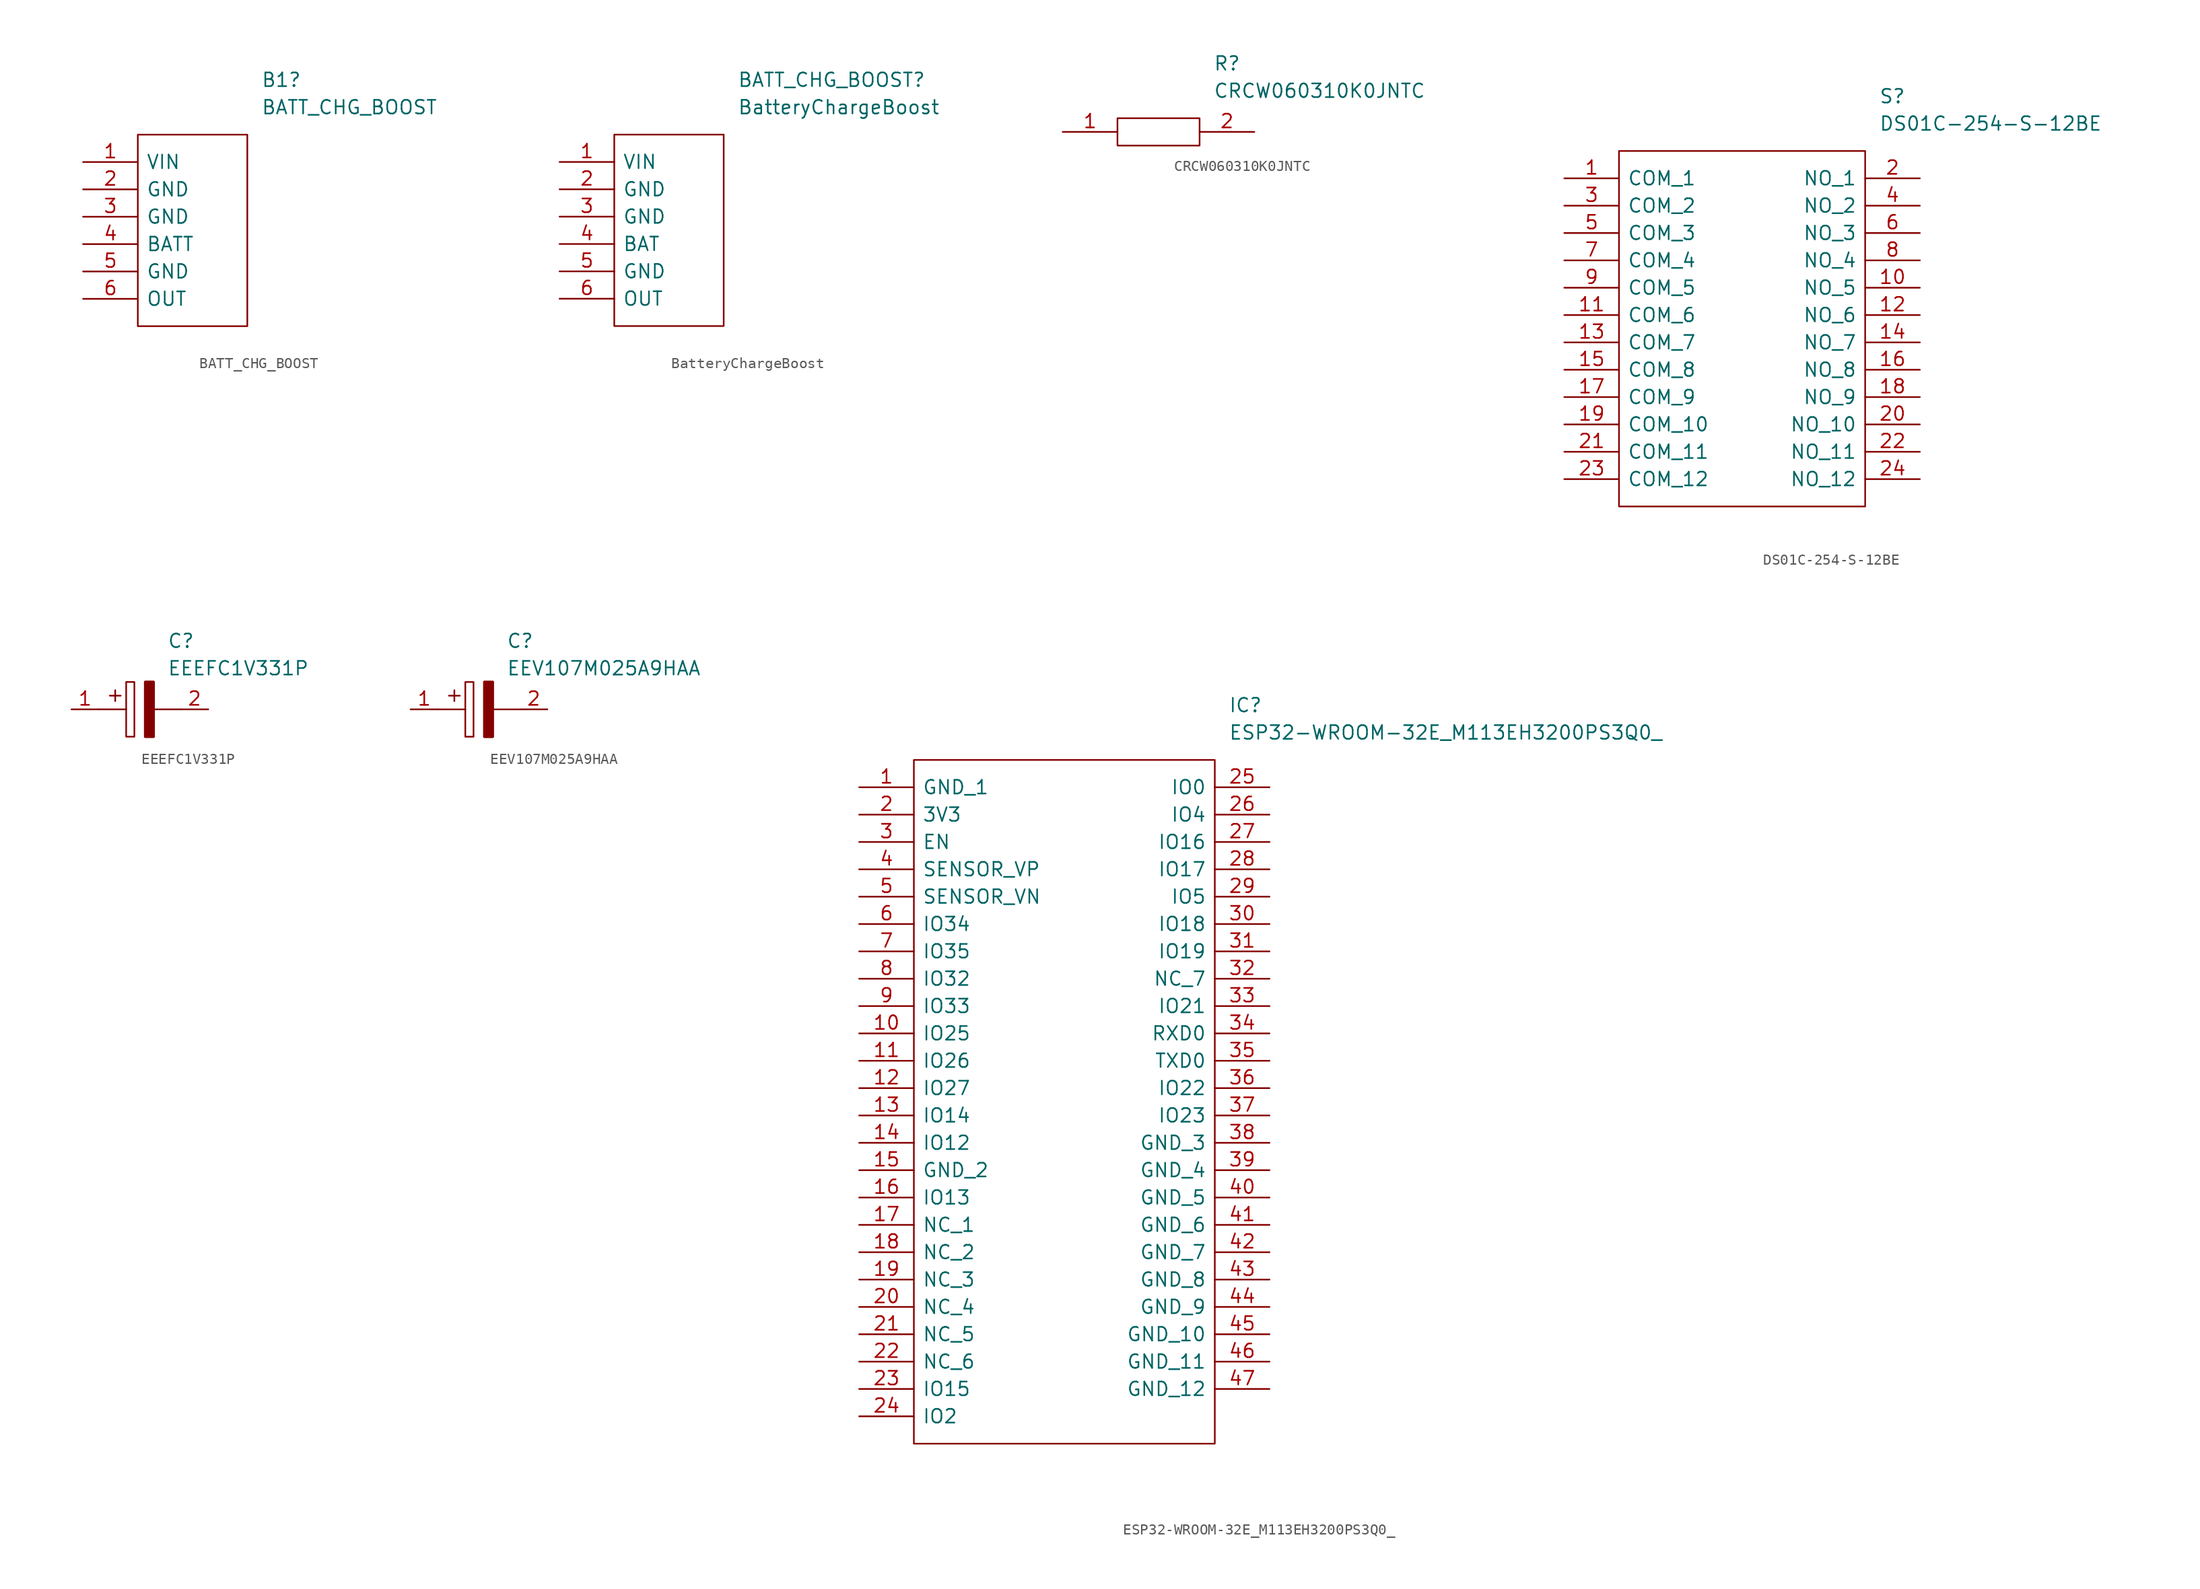
<source format=kicad_sym>
(kicad_symbol_lib
  (version 20211014)
  (generator kicad_symbol_editor)
  (symbol "BATT_CHG_BOOST"
    (pin_names
      (offset 0.762))
    (property "Reference" "B1"
      (at 16.51 7.62 0)
      (effects (font (size 1.27 1.27)) (justify left)))
    (property "Value" "BATT_CHG_BOOST"
      (at 16.51 5.08 0)
      (effects (font (size 1.27 1.27)) (justify left)))
    (symbol "BATT_CHG_BOOST_0_0"
      (pin passive line (at 0 0 0) (length 5.08) (name "VIN" (effects (font (size 1.27 1.27)))) (number "1" (effects (font (size 1.27 1.27)))))
      (pin passive line (at 0 -2.54 0) (length 5.08) (name "GND" (effects (font (size 1.27 1.27)))) (number "2" (effects (font (size 1.27 1.27)))))
      (pin passive line (at 0 -5.08 0) (length 5.08) (name "GND" (effects (font (size 1.27 1.27)))) (number "3" (effects (font (size 1.27 1.27)))))
      (pin passive line (at 0 -7.62 0) (length 5.08) (name "BATT" (effects (font (size 1.27 1.27)))) (number "4" (effects (font (size 1.27 1.27)))))
      (pin passive line (at 0 -10.16 0) (length 5.08) (name "GND" (effects (font (size 1.27 1.27)))) (number "5" (effects (font (size 1.27 1.27)))))
      (pin passive line (at 0 -12.7 0) (length 5.08) (name "OUT" (effects (font (size 1.27 1.27)))) (number "6" (effects (font (size 1.27 1.27))))))
    (symbol "BATT_CHG_BOOST_0_1"
      (polyline (pts (xy 5.08 2.54) (xy 15.24 2.54) (xy 15.24 -15.24) (xy 5.08 -15.24) (xy 5.08 2.54)) (stroke (width 0.152) (type default) (color 0 0 0 0)) (fill (type none)))))
  (symbol "BatteryChargeBoost"
    (pin_names
      (offset 0.762))
    (property "Reference" "BATT_CHG_BOOST"
      (at 16.51 7.62 0)
      (effects (font (size 1.27 1.27)) (justify left)))
    (property "Value" "BatteryChargeBoost"
      (at 16.51 5.08 0)
      (effects (font (size 1.27 1.27)) (justify left)))
    (symbol "BatteryChargeBoost_0_0"
      (pin passive line (at 0 0 0) (length 5.08) (name "VIN" (effects (font (size 1.27 1.27)))) (number "1" (effects (font (size 1.27 1.27)))))
      (pin passive line (at 0 -2.54 0) (length 5.08) (name "GND" (effects (font (size 1.27 1.27)))) (number "2" (effects (font (size 1.27 1.27)))))
      (pin passive line (at 0 -5.08 0) (length 5.08) (name "GND" (effects (font (size 1.27 1.27)))) (number "3" (effects (font (size 1.27 1.27)))))
      (pin passive line (at 0 -7.62 0) (length 5.08) (name "BAT" (effects (font (size 1.27 1.27)))) (number "4" (effects (font (size 1.27 1.27)))))
      (pin passive line (at 0 -10.16 0) (length 5.08) (name "GND" (effects (font (size 1.27 1.27)))) (number "5" (effects (font (size 1.27 1.27)))))
      (pin passive line (at 0 -12.7 0) (length 5.08) (name "OUT" (effects (font (size 1.27 1.27)))) (number "6" (effects (font (size 1.27 1.27))))))
    (symbol "BatteryChargeBoost_0_1"
      (polyline (pts (xy 5.08 2.54) (xy 15.24 2.54) (xy 15.24 -15.24) (xy 5.08 -15.24) (xy 5.08 2.54)) (stroke (width 0.152) (type default) (color 0 0 0 0)) (fill (type none)))))
  (symbol "CRCW060310K0JNTC"
    (pin_names
      (offset 0.762))
    (property "Reference" "R"
      (at 13.97 6.35 0)
      (effects (font (size 1.27 1.27)) (justify left)))
    (property "Value" "CRCW060310K0JNTC"
      (at 13.97 3.81 0)
      (effects (font (size 1.27 1.27)) (justify left)))
    (symbol "CRCW060310K0JNTC_0_0"
      (pin passive line (at 0 0 0) (length 5.08) (name "~" (effects (font (size 1.27 1.27)))) (number "1" (effects (font (size 1.27 1.27)))))
      (pin passive line (at 17.78 0 180) (length 5.08) (name "~" (effects (font (size 1.27 1.27)))) (number "2" (effects (font (size 1.27 1.27))))))
    (symbol "CRCW060310K0JNTC_0_1"
      (polyline (pts (xy 5.08 1.27) (xy 12.7 1.27) (xy 12.7 -1.27) (xy 5.08 -1.27) (xy 5.08 1.27)) (stroke (width 0.152) (type default) (color 0 0 0 0)) (fill (type none)))))
  (symbol "DS01C-254-S-12BE"
    (pin_names
      (offset 0.762))
    (property "Reference" "S"
      (at 29.21 7.62 0)
      (effects (font (size 1.27 1.27)) (justify left)))
    (property "Value" "DS01C-254-S-12BE"
      (at 29.21 5.08 0)
      (effects (font (size 1.27 1.27)) (justify left)))
    (symbol "DS01C-254-S-12BE_0_0"
      (pin passive line (at 0 0 0) (length 5.08) (name "COM_1" (effects (font (size 1.27 1.27)))) (number "1" (effects (font (size 1.27 1.27)))))
      (pin passive line (at 33.02 -10.16 180) (length 5.08) (name "NO_5" (effects (font (size 1.27 1.27)))) (number "10" (effects (font (size 1.27 1.27)))))
      (pin passive line (at 0 -12.7 0) (length 5.08) (name "COM_6" (effects (font (size 1.27 1.27)))) (number "11" (effects (font (size 1.27 1.27)))))
      (pin passive line (at 33.02 -12.7 180) (length 5.08) (name "NO_6" (effects (font (size 1.27 1.27)))) (number "12" (effects (font (size 1.27 1.27)))))
      (pin passive line (at 0 -15.24 0) (length 5.08) (name "COM_7" (effects (font (size 1.27 1.27)))) (number "13" (effects (font (size 1.27 1.27)))))
      (pin passive line (at 33.02 -15.24 180) (length 5.08) (name "NO_7" (effects (font (size 1.27 1.27)))) (number "14" (effects (font (size 1.27 1.27)))))
      (pin passive line (at 0 -17.78 0) (length 5.08) (name "COM_8" (effects (font (size 1.27 1.27)))) (number "15" (effects (font (size 1.27 1.27)))))
      (pin passive line (at 33.02 -17.78 180) (length 5.08) (name "NO_8" (effects (font (size 1.27 1.27)))) (number "16" (effects (font (size 1.27 1.27)))))
      (pin passive line (at 0 -20.32 0) (length 5.08) (name "COM_9" (effects (font (size 1.27 1.27)))) (number "17" (effects (font (size 1.27 1.27)))))
      (pin passive line (at 33.02 -20.32 180) (length 5.08) (name "NO_9" (effects (font (size 1.27 1.27)))) (number "18" (effects (font (size 1.27 1.27)))))
      (pin passive line (at 0 -22.86 0) (length 5.08) (name "COM_10" (effects (font (size 1.27 1.27)))) (number "19" (effects (font (size 1.27 1.27)))))
      (pin passive line (at 33.02 0 180) (length 5.08) (name "NO_1" (effects (font (size 1.27 1.27)))) (number "2" (effects (font (size 1.27 1.27)))))
      (pin passive line (at 33.02 -22.86 180) (length 5.08) (name "NO_10" (effects (font (size 1.27 1.27)))) (number "20" (effects (font (size 1.27 1.27)))))
      (pin passive line (at 0 -25.4 0) (length 5.08) (name "COM_11" (effects (font (size 1.27 1.27)))) (number "21" (effects (font (size 1.27 1.27)))))
      (pin passive line (at 33.02 -25.4 180) (length 5.08) (name "NO_11" (effects (font (size 1.27 1.27)))) (number "22" (effects (font (size 1.27 1.27)))))
      (pin passive line (at 0 -27.94 0) (length 5.08) (name "COM_12" (effects (font (size 1.27 1.27)))) (number "23" (effects (font (size 1.27 1.27)))))
      (pin passive line (at 33.02 -27.94 180) (length 5.08) (name "NO_12" (effects (font (size 1.27 1.27)))) (number "24" (effects (font (size 1.27 1.27)))))
      (pin passive line (at 0 -2.54 0) (length 5.08) (name "COM_2" (effects (font (size 1.27 1.27)))) (number "3" (effects (font (size 1.27 1.27)))))
      (pin passive line (at 33.02 -2.54 180) (length 5.08) (name "NO_2" (effects (font (size 1.27 1.27)))) (number "4" (effects (font (size 1.27 1.27)))))
      (pin passive line (at 0 -5.08 0) (length 5.08) (name "COM_3" (effects (font (size 1.27 1.27)))) (number "5" (effects (font (size 1.27 1.27)))))
      (pin passive line (at 33.02 -5.08 180) (length 5.08) (name "NO_3" (effects (font (size 1.27 1.27)))) (number "6" (effects (font (size 1.27 1.27)))))
      (pin passive line (at 0 -7.62 0) (length 5.08) (name "COM_4" (effects (font (size 1.27 1.27)))) (number "7" (effects (font (size 1.27 1.27)))))
      (pin passive line (at 33.02 -7.62 180) (length 5.08) (name "NO_4" (effects (font (size 1.27 1.27)))) (number "8" (effects (font (size 1.27 1.27)))))
      (pin passive line (at 0 -10.16 0) (length 5.08) (name "COM_5" (effects (font (size 1.27 1.27)))) (number "9" (effects (font (size 1.27 1.27))))))
    (symbol "DS01C-254-S-12BE_0_1"
      (polyline (pts (xy 5.08 2.54) (xy 27.94 2.54) (xy 27.94 -30.48) (xy 5.08 -30.48) (xy 5.08 2.54)) (stroke (width 0.152) (type default) (color 0 0 0 0)) (fill (type none)))))
  (symbol "EEEFC1V331P"
    (pin_names
      (offset 0.762))
    (property "Reference" "C"
      (at 8.89 6.35 0)
      (effects (font (size 1.27 1.27)) (justify left)))
    (property "Value" "EEEFC1V331P"
      (at 8.89 3.81 0)
      (effects (font (size 1.27 1.27)) (justify left)))
    (symbol "EEEFC1V331P_0_0"
      (pin passive line (at 0 0 0) (length 2.54) (name "~" (effects (font (size 1.27 1.27)))) (number "1" (effects (font (size 1.27 1.27)))))
      (pin passive line (at 12.7 0 180) (length 2.54) (name "~" (effects (font (size 1.27 1.27)))) (number "2" (effects (font (size 1.27 1.27))))))
    (symbol "EEEFC1V331P_0_1"
      (polyline (pts (xy 2.54 0) (xy 5.08 0)) (stroke (width 0.152) (type default) (color 0 0 0 0)) (fill (type none)))
      (polyline (pts (xy 4.064 1.778) (xy 4.064 0.762)) (stroke (width 0.152) (type default) (color 0 0 0 0)) (fill (type none)))
      (polyline (pts (xy 4.572 1.27) (xy 3.556 1.27)) (stroke (width 0.152) (type default) (color 0 0 0 0)) (fill (type none)))
      (polyline (pts (xy 7.62 0) (xy 10.16 0)) (stroke (width 0.152) (type default) (color 0 0 0 0)) (fill (type none)))
      (polyline (pts (xy 5.08 2.54) (xy 5.08 -2.54) (xy 5.842 -2.54) (xy 5.842 2.54) (xy 5.08 2.54)) (stroke (width 0.152) (type default) (color 0 0 0 0)) (fill (type none)))
      (polyline (pts (xy 7.62 2.54) (xy 7.62 -2.54) (xy 6.858 -2.54) (xy 6.858 2.54) (xy 7.62 2.54)) (stroke (width 0.254) (type default) (color 0 0 0 0)) (fill (type outline)))))
  (symbol "EEV107M025A9HAA"
    (pin_names
      (offset 0.762))
    (property "Reference" "C"
      (at 8.89 6.35 0)
      (effects (font (size 1.27 1.27)) (justify left)))
    (property "Value" "EEV107M025A9HAA"
      (at 8.89 3.81 0)
      (effects (font (size 1.27 1.27)) (justify left)))
    (symbol "EEV107M025A9HAA_0_0"
      (pin passive line (at 0 0 0) (length 2.54) (name "~" (effects (font (size 1.27 1.27)))) (number "1" (effects (font (size 1.27 1.27)))))
      (pin passive line (at 12.7 0 180) (length 2.54) (name "~" (effects (font (size 1.27 1.27)))) (number "2" (effects (font (size 1.27 1.27))))))
    (symbol "EEV107M025A9HAA_0_1"
      (polyline (pts (xy 2.54 0) (xy 5.08 0)) (stroke (width 0.152) (type default) (color 0 0 0 0)) (fill (type none)))
      (polyline (pts (xy 4.064 1.778) (xy 4.064 0.762)) (stroke (width 0.152) (type default) (color 0 0 0 0)) (fill (type none)))
      (polyline (pts (xy 4.572 1.27) (xy 3.556 1.27)) (stroke (width 0.152) (type default) (color 0 0 0 0)) (fill (type none)))
      (polyline (pts (xy 7.62 0) (xy 10.16 0)) (stroke (width 0.152) (type default) (color 0 0 0 0)) (fill (type none)))
      (polyline (pts (xy 5.08 2.54) (xy 5.08 -2.54) (xy 5.842 -2.54) (xy 5.842 2.54) (xy 5.08 2.54)) (stroke (width 0.152) (type default) (color 0 0 0 0)) (fill (type none)))
      (polyline (pts (xy 7.62 2.54) (xy 7.62 -2.54) (xy 6.858 -2.54) (xy 6.858 2.54) (xy 7.62 2.54)) (stroke (width 0.254) (type default) (color 0 0 0 0)) (fill (type outline)))))
  (symbol "ESP32-WROOM-32E_M113EH3200PS3Q0_"
    (pin_names
      (offset 0.762))
    (property "Reference" "IC"
      (at 34.29 7.62 0)
      (effects (font (size 1.27 1.27)) (justify left)))
    (property "Value" "ESP32-WROOM-32E_M113EH3200PS3Q0_"
      (at 34.29 5.08 0)
      (effects (font (size 1.27 1.27)) (justify left)))
    (symbol "ESP32-WROOM-32E_M113EH3200PS3Q0__0_0"
      (pin passive line (at 0 0 0) (length 5.08) (name "GND_1" (effects (font (size 1.27 1.27)))) (number "1" (effects (font (size 1.27 1.27)))))
      (pin passive line (at 0 -22.86 0) (length 5.08) (name "IO25" (effects (font (size 1.27 1.27)))) (number "10" (effects (font (size 1.27 1.27)))))
      (pin passive line (at 0 -25.4 0) (length 5.08) (name "IO26" (effects (font (size 1.27 1.27)))) (number "11" (effects (font (size 1.27 1.27)))))
      (pin passive line (at 0 -27.94 0) (length 5.08) (name "IO27" (effects (font (size 1.27 1.27)))) (number "12" (effects (font (size 1.27 1.27)))))
      (pin passive line (at 0 -30.48 0) (length 5.08) (name "IO14" (effects (font (size 1.27 1.27)))) (number "13" (effects (font (size 1.27 1.27)))))
      (pin passive line (at 0 -33.02 0) (length 5.08) (name "IO12" (effects (font (size 1.27 1.27)))) (number "14" (effects (font (size 1.27 1.27)))))
      (pin passive line (at 0 -35.56 0) (length 5.08) (name "GND_2" (effects (font (size 1.27 1.27)))) (number "15" (effects (font (size 1.27 1.27)))))
      (pin passive line (at 0 -38.1 0) (length 5.08) (name "IO13" (effects (font (size 1.27 1.27)))) (number "16" (effects (font (size 1.27 1.27)))))
      (pin passive line (at 0 -40.64 0) (length 5.08) (name "NC_1" (effects (font (size 1.27 1.27)))) (number "17" (effects (font (size 1.27 1.27)))))
      (pin passive line (at 0 -43.18 0) (length 5.08) (name "NC_2" (effects (font (size 1.27 1.27)))) (number "18" (effects (font (size 1.27 1.27)))))
      (pin passive line (at 0 -45.72 0) (length 5.08) (name "NC_3" (effects (font (size 1.27 1.27)))) (number "19" (effects (font (size 1.27 1.27)))))
      (pin passive line (at 0 -2.54 0) (length 5.08) (name "3V3" (effects (font (size 1.27 1.27)))) (number "2" (effects (font (size 1.27 1.27)))))
      (pin passive line (at 0 -48.26 0) (length 5.08) (name "NC_4" (effects (font (size 1.27 1.27)))) (number "20" (effects (font (size 1.27 1.27)))))
      (pin passive line (at 0 -50.8 0) (length 5.08) (name "NC_5" (effects (font (size 1.27 1.27)))) (number "21" (effects (font (size 1.27 1.27)))))
      (pin passive line (at 0 -53.34 0) (length 5.08) (name "NC_6" (effects (font (size 1.27 1.27)))) (number "22" (effects (font (size 1.27 1.27)))))
      (pin passive line (at 0 -55.88 0) (length 5.08) (name "IO15" (effects (font (size 1.27 1.27)))) (number "23" (effects (font (size 1.27 1.27)))))
      (pin passive line (at 0 -58.42 0) (length 5.08) (name "IO2" (effects (font (size 1.27 1.27)))) (number "24" (effects (font (size 1.27 1.27)))))
      (pin passive line (at 38.1 0 180) (length 5.08) (name "IO0" (effects (font (size 1.27 1.27)))) (number "25" (effects (font (size 1.27 1.27)))))
      (pin passive line (at 38.1 -2.54 180) (length 5.08) (name "IO4" (effects (font (size 1.27 1.27)))) (number "26" (effects (font (size 1.27 1.27)))))
      (pin passive line (at 38.1 -5.08 180) (length 5.08) (name "IO16" (effects (font (size 1.27 1.27)))) (number "27" (effects (font (size 1.27 1.27)))))
      (pin passive line (at 38.1 -7.62 180) (length 5.08) (name "IO17" (effects (font (size 1.27 1.27)))) (number "28" (effects (font (size 1.27 1.27)))))
      (pin passive line (at 38.1 -10.16 180) (length 5.08) (name "IO5" (effects (font (size 1.27 1.27)))) (number "29" (effects (font (size 1.27 1.27)))))
      (pin passive line (at 0 -5.08 0) (length 5.08) (name "EN" (effects (font (size 1.27 1.27)))) (number "3" (effects (font (size 1.27 1.27)))))
      (pin passive line (at 38.1 -12.7 180) (length 5.08) (name "IO18" (effects (font (size 1.27 1.27)))) (number "30" (effects (font (size 1.27 1.27)))))
      (pin passive line (at 38.1 -15.24 180) (length 5.08) (name "IO19" (effects (font (size 1.27 1.27)))) (number "31" (effects (font (size 1.27 1.27)))))
      (pin passive line (at 38.1 -17.78 180) (length 5.08) (name "NC_7" (effects (font (size 1.27 1.27)))) (number "32" (effects (font (size 1.27 1.27)))))
      (pin passive line (at 38.1 -20.32 180) (length 5.08) (name "IO21" (effects (font (size 1.27 1.27)))) (number "33" (effects (font (size 1.27 1.27)))))
      (pin passive line (at 38.1 -22.86 180) (length 5.08) (name "RXD0" (effects (font (size 1.27 1.27)))) (number "34" (effects (font (size 1.27 1.27)))))
      (pin passive line (at 38.1 -25.4 180) (length 5.08) (name "TXD0" (effects (font (size 1.27 1.27)))) (number "35" (effects (font (size 1.27 1.27)))))
      (pin passive line (at 38.1 -27.94 180) (length 5.08) (name "IO22" (effects (font (size 1.27 1.27)))) (number "36" (effects (font (size 1.27 1.27)))))
      (pin passive line (at 38.1 -30.48 180) (length 5.08) (name "IO23" (effects (font (size 1.27 1.27)))) (number "37" (effects (font (size 1.27 1.27)))))
      (pin passive line (at 38.1 -33.02 180) (length 5.08) (name "GND_3" (effects (font (size 1.27 1.27)))) (number "38" (effects (font (size 1.27 1.27)))))
      (pin passive line (at 38.1 -35.56 180) (length 5.08) (name "GND_4" (effects (font (size 1.27 1.27)))) (number "39" (effects (font (size 1.27 1.27)))))
      (pin passive line (at 0 -7.62 0) (length 5.08) (name "SENSOR_VP" (effects (font (size 1.27 1.27)))) (number "4" (effects (font (size 1.27 1.27)))))
      (pin passive line (at 38.1 -38.1 180) (length 5.08) (name "GND_5" (effects (font (size 1.27 1.27)))) (number "40" (effects (font (size 1.27 1.27)))))
      (pin passive line (at 38.1 -40.64 180) (length 5.08) (name "GND_6" (effects (font (size 1.27 1.27)))) (number "41" (effects (font (size 1.27 1.27)))))
      (pin passive line (at 38.1 -43.18 180) (length 5.08) (name "GND_7" (effects (font (size 1.27 1.27)))) (number "42" (effects (font (size 1.27 1.27)))))
      (pin passive line (at 38.1 -45.72 180) (length 5.08) (name "GND_8" (effects (font (size 1.27 1.27)))) (number "43" (effects (font (size 1.27 1.27)))))
      (pin passive line (at 38.1 -48.26 180) (length 5.08) (name "GND_9" (effects (font (size 1.27 1.27)))) (number "44" (effects (font (size 1.27 1.27)))))
      (pin passive line (at 38.1 -50.8 180) (length 5.08) (name "GND_10" (effects (font (size 1.27 1.27)))) (number "45" (effects (font (size 1.27 1.27)))))
      (pin passive line (at 38.1 -53.34 180) (length 5.08) (name "GND_11" (effects (font (size 1.27 1.27)))) (number "46" (effects (font (size 1.27 1.27)))))
      (pin passive line (at 38.1 -55.88 180) (length 5.08) (name "GND_12" (effects (font (size 1.27 1.27)))) (number "47" (effects (font (size 1.27 1.27)))))
      (pin passive line (at 0 -10.16 0) (length 5.08) (name "SENSOR_VN" (effects (font (size 1.27 1.27)))) (number "5" (effects (font (size 1.27 1.27)))))
      (pin passive line (at 0 -12.7 0) (length 5.08) (name "IO34" (effects (font (size 1.27 1.27)))) (number "6" (effects (font (size 1.27 1.27)))))
      (pin passive line (at 0 -15.24 0) (length 5.08) (name "IO35" (effects (font (size 1.27 1.27)))) (number "7" (effects (font (size 1.27 1.27)))))
      (pin passive line (at 0 -17.78 0) (length 5.08) (name "IO32" (effects (font (size 1.27 1.27)))) (number "8" (effects (font (size 1.27 1.27)))))
      (pin passive line (at 0 -20.32 0) (length 5.08) (name "IO33" (effects (font (size 1.27 1.27)))) (number "9" (effects (font (size 1.27 1.27))))))
    (symbol "ESP32-WROOM-32E_M113EH3200PS3Q0__0_1"
      (polyline (pts (xy 5.08 2.54) (xy 33.02 2.54) (xy 33.02 -60.96) (xy 5.08 -60.96) (xy 5.08 2.54)) (stroke (width 0.152) (type default) (color 0 0 0 0)) (fill (type none))))))
</source>
